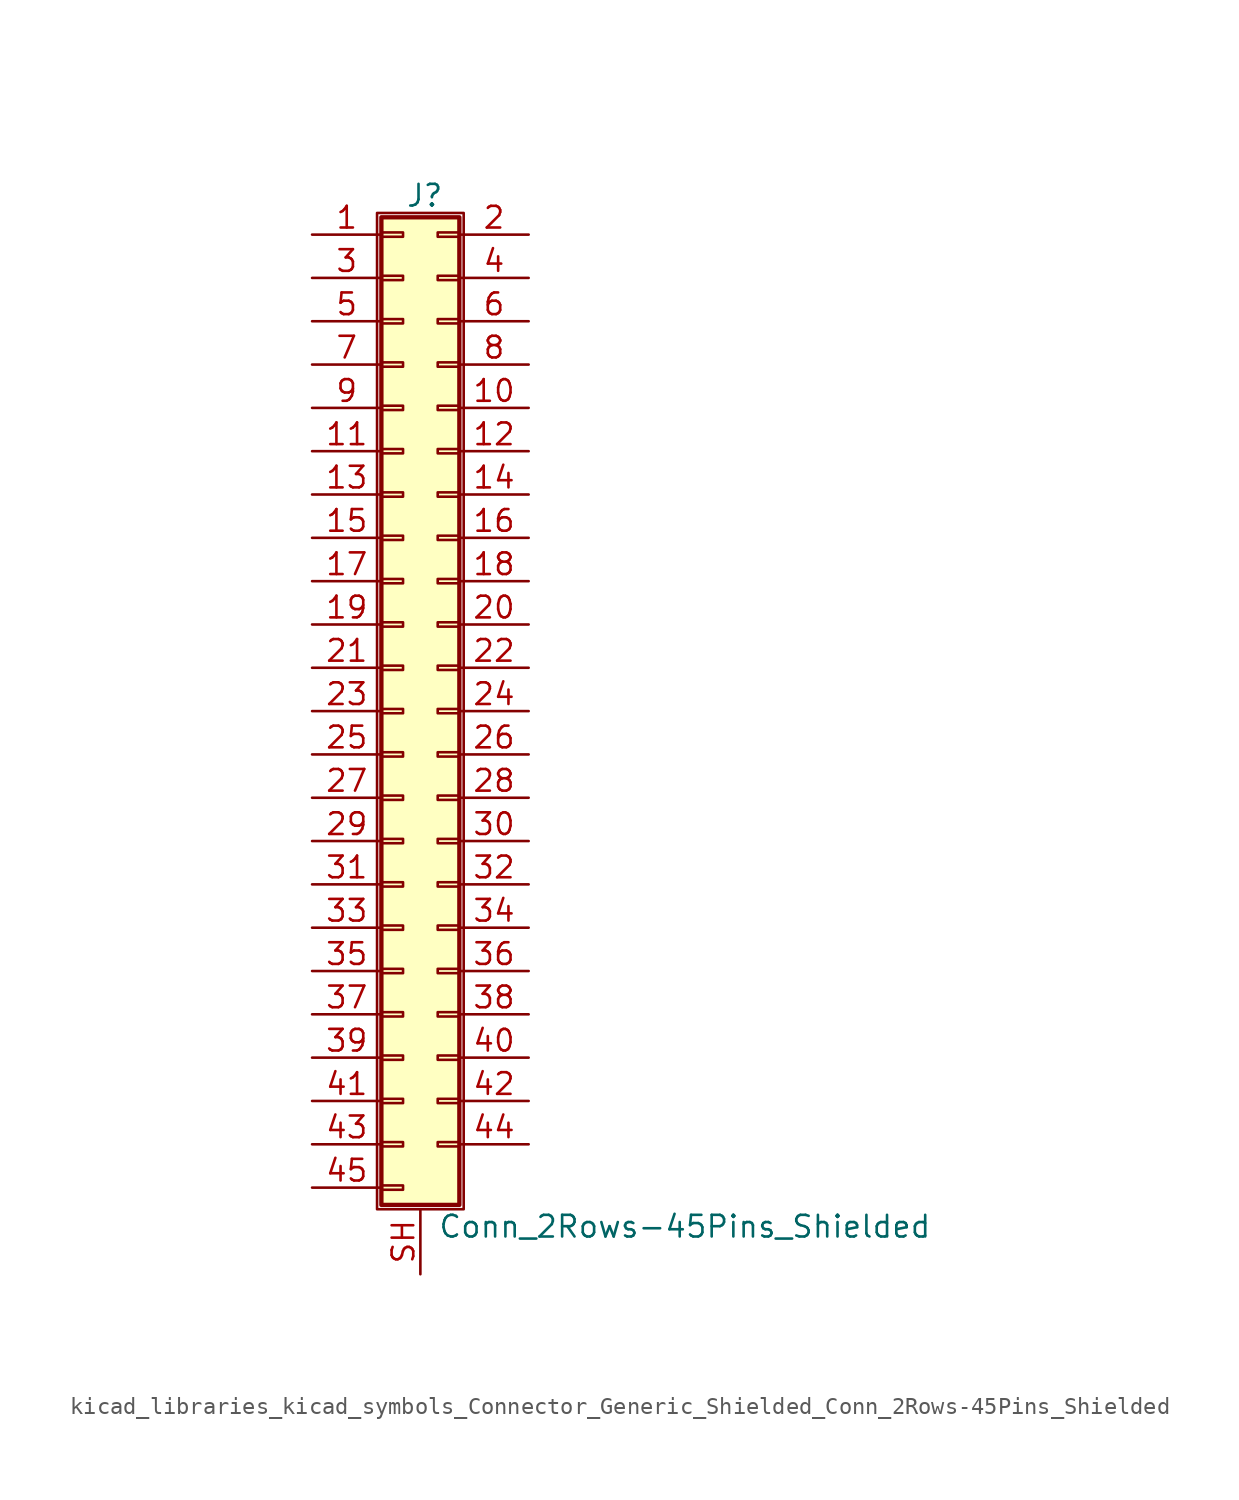
<source format=kicad_sym>
(kicad_symbol_lib
  (version 20220914)
  (generator kicad_symbol_editor)
  (symbol "kicad_libraries_kicad_symbols_Connector_Generic_Shielded_Conn_2Rows-45Pins_Shielded"
    (pin_names
      (offset 1.016) hide)
    (property "Reference" "J"
      (at 1.524 30.226 0)
      (effects (font (size 1.27 1.27))))
    (property "Value" "Conn_2Rows-45Pins_Shielded"
      (at 2.286 -30.226 0)
      (effects (font (size 1.27 1.27)) (justify left)))
    (symbol "kicad_libraries_kicad_symbols_Connector_Generic_Shielded_Conn_2Rows-45Pins_Shielded_1_1"
      (rectangle (start -1.27 29.21) (end 3.81 -29.21) (stroke (width 0.152) (type default)) (fill (type none)))
      (rectangle (start -1.016 -27.813) (end 0.254 -28.067) (stroke (width 0.152) (type default)) (fill (type none)))
      (rectangle (start -1.016 -25.273) (end 0.254 -25.527) (stroke (width 0.152) (type default)) (fill (type none)))
      (rectangle (start -1.016 -22.733) (end 0.254 -22.987) (stroke (width 0.152) (type default)) (fill (type none)))
      (rectangle (start -1.016 -20.193) (end 0.254 -20.447) (stroke (width 0.152) (type default)) (fill (type none)))
      (rectangle (start -1.016 -17.653) (end 0.254 -17.907) (stroke (width 0.152) (type default)) (fill (type none)))
      (rectangle (start -1.016 -15.113) (end 0.254 -15.367) (stroke (width 0.152) (type default)) (fill (type none)))
      (rectangle (start -1.016 -12.573) (end 0.254 -12.827) (stroke (width 0.152) (type default)) (fill (type none)))
      (rectangle (start -1.016 -10.033) (end 0.254 -10.287) (stroke (width 0.152) (type default)) (fill (type none)))
      (rectangle (start -1.016 -7.493) (end 0.254 -7.747) (stroke (width 0.152) (type default)) (fill (type none)))
      (rectangle (start -1.016 -4.953) (end 0.254 -5.207) (stroke (width 0.152) (type default)) (fill (type none)))
      (rectangle (start -1.016 -2.413) (end 0.254 -2.667) (stroke (width 0.152) (type default)) (fill (type none)))
      (rectangle (start -1.016 0.127) (end 0.254 -0.127) (stroke (width 0.152) (type default)) (fill (type none)))
      (rectangle (start -1.016 2.667) (end 0.254 2.413) (stroke (width 0.152) (type default)) (fill (type none)))
      (rectangle (start -1.016 5.207) (end 0.254 4.953) (stroke (width 0.152) (type default)) (fill (type none)))
      (rectangle (start -1.016 7.747) (end 0.254 7.493) (stroke (width 0.152) (type default)) (fill (type none)))
      (rectangle (start -1.016 10.287) (end 0.254 10.033) (stroke (width 0.152) (type default)) (fill (type none)))
      (rectangle (start -1.016 12.827) (end 0.254 12.573) (stroke (width 0.152) (type default)) (fill (type none)))
      (rectangle (start -1.016 15.367) (end 0.254 15.113) (stroke (width 0.152) (type default)) (fill (type none)))
      (rectangle (start -1.016 17.907) (end 0.254 17.653) (stroke (width 0.152) (type default)) (fill (type none)))
      (rectangle (start -1.016 20.447) (end 0.254 20.193) (stroke (width 0.152) (type default)) (fill (type none)))
      (rectangle (start -1.016 22.987) (end 0.254 22.733) (stroke (width 0.152) (type default)) (fill (type none)))
      (rectangle (start -1.016 25.527) (end 0.254 25.273) (stroke (width 0.152) (type default)) (fill (type none)))
      (rectangle (start -1.016 28.067) (end 0.254 27.813) (stroke (width 0.152) (type default)) (fill (type none)))
      (rectangle (start -1.016 28.956) (end 3.556 -28.956) (stroke (width 0.254) (type default)) (fill (type background)))
      (rectangle (start 3.556 -25.273) (end 2.286 -25.527) (stroke (width 0.152) (type default)) (fill (type none)))
      (rectangle (start 3.556 -22.733) (end 2.286 -22.987) (stroke (width 0.152) (type default)) (fill (type none)))
      (rectangle (start 3.556 -20.193) (end 2.286 -20.447) (stroke (width 0.152) (type default)) (fill (type none)))
      (rectangle (start 3.556 -17.653) (end 2.286 -17.907) (stroke (width 0.152) (type default)) (fill (type none)))
      (rectangle (start 3.556 -15.113) (end 2.286 -15.367) (stroke (width 0.152) (type default)) (fill (type none)))
      (rectangle (start 3.556 -12.573) (end 2.286 -12.827) (stroke (width 0.152) (type default)) (fill (type none)))
      (rectangle (start 3.556 -10.033) (end 2.286 -10.287) (stroke (width 0.152) (type default)) (fill (type none)))
      (rectangle (start 3.556 -7.493) (end 2.286 -7.747) (stroke (width 0.152) (type default)) (fill (type none)))
      (rectangle (start 3.556 -4.953) (end 2.286 -5.207) (stroke (width 0.152) (type default)) (fill (type none)))
      (rectangle (start 3.556 -2.413) (end 2.286 -2.667) (stroke (width 0.152) (type default)) (fill (type none)))
      (rectangle (start 3.556 0.127) (end 2.286 -0.127) (stroke (width 0.152) (type default)) (fill (type none)))
      (rectangle (start 3.556 2.667) (end 2.286 2.413) (stroke (width 0.152) (type default)) (fill (type none)))
      (rectangle (start 3.556 5.207) (end 2.286 4.953) (stroke (width 0.152) (type default)) (fill (type none)))
      (rectangle (start 3.556 7.747) (end 2.286 7.493) (stroke (width 0.152) (type default)) (fill (type none)))
      (rectangle (start 3.556 10.287) (end 2.286 10.033) (stroke (width 0.152) (type default)) (fill (type none)))
      (rectangle (start 3.556 12.827) (end 2.286 12.573) (stroke (width 0.152) (type default)) (fill (type none)))
      (rectangle (start 3.556 15.367) (end 2.286 15.113) (stroke (width 0.152) (type default)) (fill (type none)))
      (rectangle (start 3.556 17.907) (end 2.286 17.653) (stroke (width 0.152) (type default)) (fill (type none)))
      (rectangle (start 3.556 20.447) (end 2.286 20.193) (stroke (width 0.152) (type default)) (fill (type none)))
      (rectangle (start 3.556 22.987) (end 2.286 22.733) (stroke (width 0.152) (type default)) (fill (type none)))
      (rectangle (start 3.556 25.527) (end 2.286 25.273) (stroke (width 0.152) (type default)) (fill (type none)))
      (rectangle (start 3.556 28.067) (end 2.286 27.813) (stroke (width 0.152) (type default)) (fill (type none)))
      (pin passive line (at -5.08 27.94 0) (length 4.064) (name "Pin_1" (effects (font (size 1.27 1.27)))) (number "1" (effects (font (size 1.27 1.27)))))
      (pin passive line (at 7.62 17.78 180) (length 4.064) (name "Pin_10" (effects (font (size 1.27 1.27)))) (number "10" (effects (font (size 1.27 1.27)))))
      (pin passive line (at -5.08 15.24 0) (length 4.064) (name "Pin_11" (effects (font (size 1.27 1.27)))) (number "11" (effects (font (size 1.27 1.27)))))
      (pin passive line (at 7.62 15.24 180) (length 4.064) (name "Pin_12" (effects (font (size 1.27 1.27)))) (number "12" (effects (font (size 1.27 1.27)))))
      (pin passive line (at -5.08 12.7 0) (length 4.064) (name "Pin_13" (effects (font (size 1.27 1.27)))) (number "13" (effects (font (size 1.27 1.27)))))
      (pin passive line (at 7.62 12.7 180) (length 4.064) (name "Pin_14" (effects (font (size 1.27 1.27)))) (number "14" (effects (font (size 1.27 1.27)))))
      (pin passive line (at -5.08 10.16 0) (length 4.064) (name "Pin_15" (effects (font (size 1.27 1.27)))) (number "15" (effects (font (size 1.27 1.27)))))
      (pin passive line (at 7.62 10.16 180) (length 4.064) (name "Pin_16" (effects (font (size 1.27 1.27)))) (number "16" (effects (font (size 1.27 1.27)))))
      (pin passive line (at -5.08 7.62 0) (length 4.064) (name "Pin_17" (effects (font (size 1.27 1.27)))) (number "17" (effects (font (size 1.27 1.27)))))
      (pin passive line (at 7.62 7.62 180) (length 4.064) (name "Pin_18" (effects (font (size 1.27 1.27)))) (number "18" (effects (font (size 1.27 1.27)))))
      (pin passive line (at -5.08 5.08 0) (length 4.064) (name "Pin_19" (effects (font (size 1.27 1.27)))) (number "19" (effects (font (size 1.27 1.27)))))
      (pin passive line (at 7.62 27.94 180) (length 4.064) (name "Pin_2" (effects (font (size 1.27 1.27)))) (number "2" (effects (font (size 1.27 1.27)))))
      (pin passive line (at 7.62 5.08 180) (length 4.064) (name "Pin_20" (effects (font (size 1.27 1.27)))) (number "20" (effects (font (size 1.27 1.27)))))
      (pin passive line (at -5.08 2.54 0) (length 4.064) (name "Pin_21" (effects (font (size 1.27 1.27)))) (number "21" (effects (font (size 1.27 1.27)))))
      (pin passive line (at 7.62 2.54 180) (length 4.064) (name "Pin_22" (effects (font (size 1.27 1.27)))) (number "22" (effects (font (size 1.27 1.27)))))
      (pin passive line (at -5.08 0 0) (length 4.064) (name "Pin_23" (effects (font (size 1.27 1.27)))) (number "23" (effects (font (size 1.27 1.27)))))
      (pin passive line (at 7.62 0 180) (length 4.064) (name "Pin_24" (effects (font (size 1.27 1.27)))) (number "24" (effects (font (size 1.27 1.27)))))
      (pin passive line (at -5.08 -2.54 0) (length 4.064) (name "Pin_25" (effects (font (size 1.27 1.27)))) (number "25" (effects (font (size 1.27 1.27)))))
      (pin passive line (at 7.62 -2.54 180) (length 4.064) (name "Pin_26" (effects (font (size 1.27 1.27)))) (number "26" (effects (font (size 1.27 1.27)))))
      (pin passive line (at -5.08 -5.08 0) (length 4.064) (name "Pin_27" (effects (font (size 1.27 1.27)))) (number "27" (effects (font (size 1.27 1.27)))))
      (pin passive line (at 7.62 -5.08 180) (length 4.064) (name "Pin_28" (effects (font (size 1.27 1.27)))) (number "28" (effects (font (size 1.27 1.27)))))
      (pin passive line (at -5.08 -7.62 0) (length 4.064) (name "Pin_29" (effects (font (size 1.27 1.27)))) (number "29" (effects (font (size 1.27 1.27)))))
      (pin passive line (at -5.08 25.4 0) (length 4.064) (name "Pin_3" (effects (font (size 1.27 1.27)))) (number "3" (effects (font (size 1.27 1.27)))))
      (pin passive line (at 7.62 -7.62 180) (length 4.064) (name "Pin_30" (effects (font (size 1.27 1.27)))) (number "30" (effects (font (size 1.27 1.27)))))
      (pin passive line (at -5.08 -10.16 0) (length 4.064) (name "Pin_31" (effects (font (size 1.27 1.27)))) (number "31" (effects (font (size 1.27 1.27)))))
      (pin passive line (at 7.62 -10.16 180) (length 4.064) (name "Pin_32" (effects (font (size 1.27 1.27)))) (number "32" (effects (font (size 1.27 1.27)))))
      (pin passive line (at -5.08 -12.7 0) (length 4.064) (name "Pin_33" (effects (font (size 1.27 1.27)))) (number "33" (effects (font (size 1.27 1.27)))))
      (pin passive line (at 7.62 -12.7 180) (length 4.064) (name "Pin_34" (effects (font (size 1.27 1.27)))) (number "34" (effects (font (size 1.27 1.27)))))
      (pin passive line (at -5.08 -15.24 0) (length 4.064) (name "Pin_35" (effects (font (size 1.27 1.27)))) (number "35" (effects (font (size 1.27 1.27)))))
      (pin passive line (at 7.62 -15.24 180) (length 4.064) (name "Pin_36" (effects (font (size 1.27 1.27)))) (number "36" (effects (font (size 1.27 1.27)))))
      (pin passive line (at -5.08 -17.78 0) (length 4.064) (name "Pin_37" (effects (font (size 1.27 1.27)))) (number "37" (effects (font (size 1.27 1.27)))))
      (pin passive line (at 7.62 -17.78 180) (length 4.064) (name "Pin_38" (effects (font (size 1.27 1.27)))) (number "38" (effects (font (size 1.27 1.27)))))
      (pin passive line (at -5.08 -20.32 0) (length 4.064) (name "Pin_39" (effects (font (size 1.27 1.27)))) (number "39" (effects (font (size 1.27 1.27)))))
      (pin passive line (at 7.62 25.4 180) (length 4.064) (name "Pin_4" (effects (font (size 1.27 1.27)))) (number "4" (effects (font (size 1.27 1.27)))))
      (pin passive line (at 7.62 -20.32 180) (length 4.064) (name "Pin_40" (effects (font (size 1.27 1.27)))) (number "40" (effects (font (size 1.27 1.27)))))
      (pin passive line (at -5.08 -22.86 0) (length 4.064) (name "Pin_41" (effects (font (size 1.27 1.27)))) (number "41" (effects (font (size 1.27 1.27)))))
      (pin passive line (at 7.62 -22.86 180) (length 4.064) (name "Pin_42" (effects (font (size 1.27 1.27)))) (number "42" (effects (font (size 1.27 1.27)))))
      (pin passive line (at -5.08 -25.4 0) (length 4.064) (name "Pin_43" (effects (font (size 1.27 1.27)))) (number "43" (effects (font (size 1.27 1.27)))))
      (pin passive line (at 7.62 -25.4 180) (length 4.064) (name "Pin_44" (effects (font (size 1.27 1.27)))) (number "44" (effects (font (size 1.27 1.27)))))
      (pin passive line (at -5.08 -27.94 0) (length 4.064) (name "Pin_45" (effects (font (size 1.27 1.27)))) (number "45" (effects (font (size 1.27 1.27)))))
      (pin passive line (at -5.08 22.86 0) (length 4.064) (name "Pin_5" (effects (font (size 1.27 1.27)))) (number "5" (effects (font (size 1.27 1.27)))))
      (pin passive line (at 7.62 22.86 180) (length 4.064) (name "Pin_6" (effects (font (size 1.27 1.27)))) (number "6" (effects (font (size 1.27 1.27)))))
      (pin passive line (at -5.08 20.32 0) (length 4.064) (name "Pin_7" (effects (font (size 1.27 1.27)))) (number "7" (effects (font (size 1.27 1.27)))))
      (pin passive line (at 7.62 20.32 180) (length 4.064) (name "Pin_8" (effects (font (size 1.27 1.27)))) (number "8" (effects (font (size 1.27 1.27)))))
      (pin passive line (at -5.08 17.78 0) (length 4.064) (name "Pin_9" (effects (font (size 1.27 1.27)))) (number "9" (effects (font (size 1.27 1.27)))))
      (pin passive line (at 1.27 -33.02 90) (length 3.81) (name "Shield" (effects (font (size 1.27 1.27)))) (number "SH" (effects (font (size 1.27 1.27))))))))
</source>
